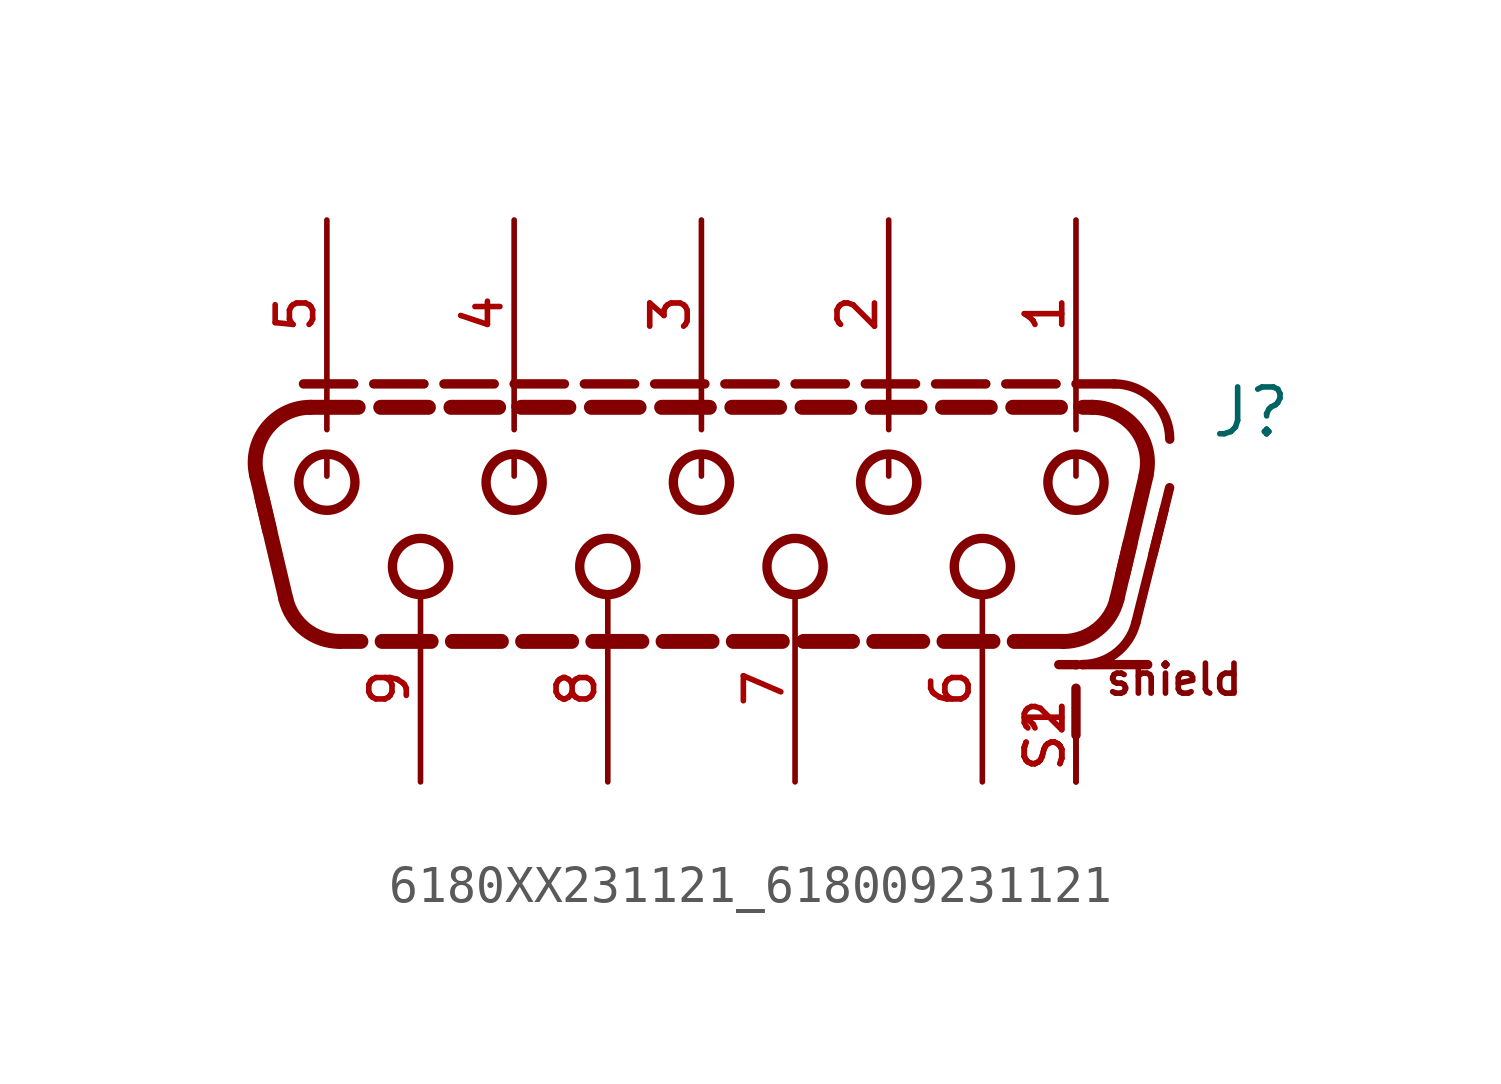
<source format=kicad_sym>
(kicad_symbol_lib
  (version 20241209)
  (generator "kicad_symbol_editor")
  (generator_version "9.0")
  (symbol "6180XX231121_618009231121"
    (pin_names
      (offset 1.016))
    (property "Reference" "J"
      (at 13.78 1.66 0)
      (effects (font (size 1.27 1.27)) (justify left bottom)))
    (symbol "6180XX231121_618009231121_0_0"
      (polyline (pts (xy -11.711 -0.801) (xy -12.064 0.695)) (stroke (width 0.406) (type default)) (fill (type none)))
      (polyline (pts (xy -11.273 -2.655) (xy -11.918 0.077)) (stroke (width 0.406) (type default)) (fill (type none)))
      (polyline (pts (xy -10.795 3.175) (xy -9.431 3.175)) (stroke (width 0.254) (type default)) (fill (type none)))
      (polyline (pts (xy -10.604 2.54) (xy -9.311 2.54)) (stroke (width 0.406) (type default)) (fill (type none)))
      (arc (start -12.0642 0.6952) (mid -11.7806 1.9708) (end -10.6044 2.54) (stroke (width 0.4064) (type default)) (fill (type none)))
      (polyline (pts (xy -10.16 2.58) (xy -10.16 1.935)) (stroke (width 0.152) (type default)) (fill (type none)))
      (polyline (pts (xy -10.16 0.675) (xy -10.16 1.3)) (stroke (width 0.152) (type default)) (fill (type none)))
      (circle (center -10.16 0.508) (radius 0.762) (stroke (width 0.254) (type default)) (fill (type none)))
      (arc (start -9.8131 -3.81) (mid -10.7439 -3.4862) (end -11.2729 -2.6548) (stroke (width 0.4064) (type default)) (fill (type none)))
      (polyline (pts (xy -9.237 -3.81) (xy -9.813 -3.81)) (stroke (width 0.406) (type default)) (fill (type none)))
      (polyline (pts (xy -8.89 3.175) (xy -7.526 3.175)) (stroke (width 0.254) (type default)) (fill (type none)))
      (polyline (pts (xy -8.699 2.54) (xy -7.406 2.54)) (stroke (width 0.406) (type default)) (fill (type none)))
      (circle (center -7.62 -1.778) (radius 0.762) (stroke (width 0.254) (type default)) (fill (type none)))
      (polyline (pts (xy -7.332 -3.81) (xy -8.66 -3.81)) (stroke (width 0.406) (type default)) (fill (type none)))
      (polyline (pts (xy -6.985 3.175) (xy -5.62 3.175)) (stroke (width 0.254) (type default)) (fill (type none)))
      (polyline (pts (xy -6.794 2.54) (xy -5.501 2.54)) (stroke (width 0.406) (type default)) (fill (type none)))
      (polyline (pts (xy -5.427 -3.81) (xy -6.755 -3.81)) (stroke (width 0.406) (type default)) (fill (type none)))
      (polyline (pts (xy -5.08 3.175) (xy -3.716 3.175)) (stroke (width 0.254) (type default)) (fill (type none)))
      (polyline (pts (xy -5.08 2.58) (xy -5.08 1.935)) (stroke (width 0.152) (type default)) (fill (type none)))
      (polyline (pts (xy -5.08 0.675) (xy -5.08 1.3)) (stroke (width 0.152) (type default)) (fill (type none)))
      (circle (center -5.08 0.508) (radius 0.762) (stroke (width 0.254) (type default)) (fill (type none)))
      (polyline (pts (xy -4.889 2.54) (xy -3.596 2.54)) (stroke (width 0.406) (type default)) (fill (type none)))
      (polyline (pts (xy -3.522 -3.81) (xy -4.85 -3.81)) (stroke (width 0.406) (type default)) (fill (type none)))
      (polyline (pts (xy -3.175 3.175) (xy -1.81 3.175)) (stroke (width 0.254) (type default)) (fill (type none)))
      (polyline (pts (xy -2.984 2.54) (xy -1.691 2.54)) (stroke (width 0.406) (type default)) (fill (type none)))
      (circle (center -2.54 -1.778) (radius 0.762) (stroke (width 0.254) (type default)) (fill (type none)))
      (polyline (pts (xy -1.617 -3.81) (xy -2.945 -3.81)) (stroke (width 0.406) (type default)) (fill (type none)))
      (polyline (pts (xy -1.27 3.175) (xy 0.095 3.175)) (stroke (width 0.254) (type default)) (fill (type none)))
      (polyline (pts (xy -1.079 2.54) (xy 0.214 2.54)) (stroke (width 0.406) (type default)) (fill (type none)))
      (polyline (pts (xy 0 2.58) (xy 0 1.935)) (stroke (width 0.152) (type default)) (fill (type none)))
      (polyline (pts (xy 0 0.675) (xy 0 1.3)) (stroke (width 0.152) (type default)) (fill (type none)))
      (circle (center 0 0.508) (radius 0.762) (stroke (width 0.254) (type default)) (fill (type none)))
      (polyline (pts (xy 0.288 -3.81) (xy -1.04 -3.81)) (stroke (width 0.406) (type default)) (fill (type none)))
      (polyline (pts (xy 0.635 3.175) (xy 2 3.175)) (stroke (width 0.254) (type default)) (fill (type none)))
      (polyline (pts (xy 0.826 2.54) (xy 2.119 2.54)) (stroke (width 0.406) (type default)) (fill (type none)))
      (polyline (pts (xy 2.193 -3.81) (xy 0.865 -3.81)) (stroke (width 0.406) (type default)) (fill (type none)))
      (polyline (pts (xy 2.54 3.175) (xy 3.905 3.175)) (stroke (width 0.254) (type default)) (fill (type none)))
      (circle (center 2.54 -1.778) (radius 0.762) (stroke (width 0.254) (type default)) (fill (type none)))
      (polyline (pts (xy 2.731 2.54) (xy 4.024 2.54)) (stroke (width 0.406) (type default)) (fill (type none)))
      (polyline (pts (xy 4.098 -3.81) (xy 2.77 -3.81)) (stroke (width 0.406) (type default)) (fill (type none)))
      (polyline (pts (xy 4.445 3.175) (xy 5.81 3.175)) (stroke (width 0.254) (type default)) (fill (type none)))
      (polyline (pts (xy 4.636 2.54) (xy 5.929 2.54)) (stroke (width 0.406) (type default)) (fill (type none)))
      (polyline (pts (xy 5.08 2.58) (xy 5.08 1.935)) (stroke (width 0.152) (type default)) (fill (type none)))
      (polyline (pts (xy 5.08 0.675) (xy 5.08 1.3)) (stroke (width 0.152) (type default)) (fill (type none)))
      (circle (center 5.08 0.508) (radius 0.762) (stroke (width 0.254) (type default)) (fill (type none)))
      (polyline (pts (xy 6.003 -3.81) (xy 4.675 -3.81)) (stroke (width 0.406) (type default)) (fill (type none)))
      (polyline (pts (xy 6.35 3.175) (xy 7.715 3.175)) (stroke (width 0.254) (type default)) (fill (type none)))
      (polyline (pts (xy 6.541 2.54) (xy 7.834 2.54)) (stroke (width 0.406) (type default)) (fill (type none)))
      (circle (center 7.62 -1.778) (radius 0.762) (stroke (width 0.254) (type default)) (fill (type none)))
      (polyline (pts (xy 7.908 -3.81) (xy 6.58 -3.81)) (stroke (width 0.406) (type default)) (fill (type none)))
      (polyline (pts (xy 8.255 3.175) (xy 9.62 3.175)) (stroke (width 0.254) (type default)) (fill (type none)))
      (polyline (pts (xy 8.446 2.54) (xy 9.739 2.54)) (stroke (width 0.406) (type default)) (fill (type none)))
      (arc (start 11.2729 -2.6548) (mid 10.7439 -3.4863) (end 9.8131 -3.81) (stroke (width 0.4064) (type default)) (fill (type none)))
      (polyline (pts (xy 9.813 -3.81) (xy 8.485 -3.81)) (stroke (width 0.406) (type default)) (fill (type none)))
      (polyline (pts (xy 10.16 3.175) (xy 11.2 3.175)) (stroke (width 0.254) (type default)) (fill (type none)))
      (polyline (pts (xy 10.16 2.58) (xy 10.16 1.935)) (stroke (width 0.152) (type default)) (fill (type none)))
      (polyline (pts (xy 10.16 0.675) (xy 10.16 1.3)) (stroke (width 0.152) (type default)) (fill (type none)))
      (circle (center 10.16 0.508) (radius 0.762) (stroke (width 0.254) (type default)) (fill (type none)))
      (polyline (pts (xy 10.16 -4.445) (xy 10.16 -4.445)) (stroke (width 0.254) (type default)) (fill (type none)))
      (polyline (pts (xy 10.16 -6.35) (xy 10.16 -5.08)) (stroke (width 0.254) (type default)) (fill (type none)))
      (polyline (pts (xy 10.2 -4.44) (xy 9.694 -4.44)) (stroke (width 0.254) (type default)) (fill (type none)))
      (arc (start 11.7841 -3.3038) (mid 11.2519 -4.1219) (end 10.3288 -4.44) (stroke (width 0.254) (type default)) (fill (type none)))
      (polyline (pts (xy 10.351 2.54) (xy 10.604 2.54)) (stroke (width 0.406) (type default)) (fill (type none)))
      (arc (start 10.6044 2.54) (mid 11.7804 1.9707) (end 12.0642 0.6952) (stroke (width 0.4064) (type default)) (fill (type none)))
      (arc (start 11.2 3.175) (mid 12.2607 2.7357) (end 12.7 1.675) (stroke (width 0.254) (type default)) (fill (type none)))
      (polyline (pts (xy 11.626 -1.159) (xy 11.273 -2.655)) (stroke (width 0.406) (type default)) (fill (type none)))
      (polyline (pts (xy 11.784 -3.304) (xy 12.546 -0.256)) (stroke (width 0.254) (type default)) (fill (type none)))
      (polyline (pts (xy 12.064 0.695) (xy 11.419 -2.037)) (stroke (width 0.406) (type default)) (fill (type none)))
      (polyline (pts (xy 12.105 -4.44) (xy 10.329 -4.44)) (stroke (width 0.254) (type default)) (fill (type none)))
      (polyline (pts (xy 12.246 -1.456) (xy 12.7 0.36)) (stroke (width 0.254) (type default)) (fill (type none)))
      (text "shield" (at 10.9 -5.32 0) (effects (font (size 0.813 0.813)) (justify left bottom)))
      (pin bidirectional line (at -10.16 7.62 270) (length 5.08) (name "~" (effects (font (size 1.016 1.016)))) (number "5" (effects (font (size 1.016 1.016)))))
      (pin bidirectional line (at -7.62 -7.62 90) (length 5.08) (name "~" (effects (font (size 1.016 1.016)))) (number "9" (effects (font (size 1.016 1.016)))))
      (pin bidirectional line (at -5.08 7.62 270) (length 5.08) (name "~" (effects (font (size 1.016 1.016)))) (number "4" (effects (font (size 1.016 1.016)))))
      (pin bidirectional line (at -2.54 -7.62 90) (length 5.08) (name "~" (effects (font (size 1.016 1.016)))) (number "8" (effects (font (size 1.016 1.016)))))
      (pin bidirectional line (at 0 7.62 270) (length 5.08) (name "~" (effects (font (size 1.016 1.016)))) (number "3" (effects (font (size 1.016 1.016)))))
      (pin bidirectional line (at 2.54 -7.62 90) (length 5.08) (name "~" (effects (font (size 1.016 1.016)))) (number "7" (effects (font (size 1.016 1.016)))))
      (pin bidirectional line (at 5.08 7.62 270) (length 5.08) (name "~" (effects (font (size 1.016 1.016)))) (number "2" (effects (font (size 1.016 1.016)))))
      (pin bidirectional line (at 10.16 7.62 270) (length 5.08) (name "~" (effects (font (size 1.016 1.016)))) (number "1" (effects (font (size 1.016 1.016)))))
      (pin bidirectional line (at 10.16 -7.62 90) (length 2.54) (name "~" (effects (font (size 1.016 1.016)))) (number "S2" (effects (font (size 1.016 1.016))))))
    (symbol "6180XX231121_618009231121_1_0"
      (pin bidirectional line (at 7.62 -7.62 90) (length 5.08) (name "~" (effects (font (size 1.016 1.016)))) (number "6" (effects (font (size 1.016 1.016)))))
      (pin bidirectional line (at 10.16 -7.62 90) (length 2.54) (name "~" (effects (font (size 1.016 1.016)))) (number "S1" (effects (font (size 1.016 1.016))))))))
</source>
